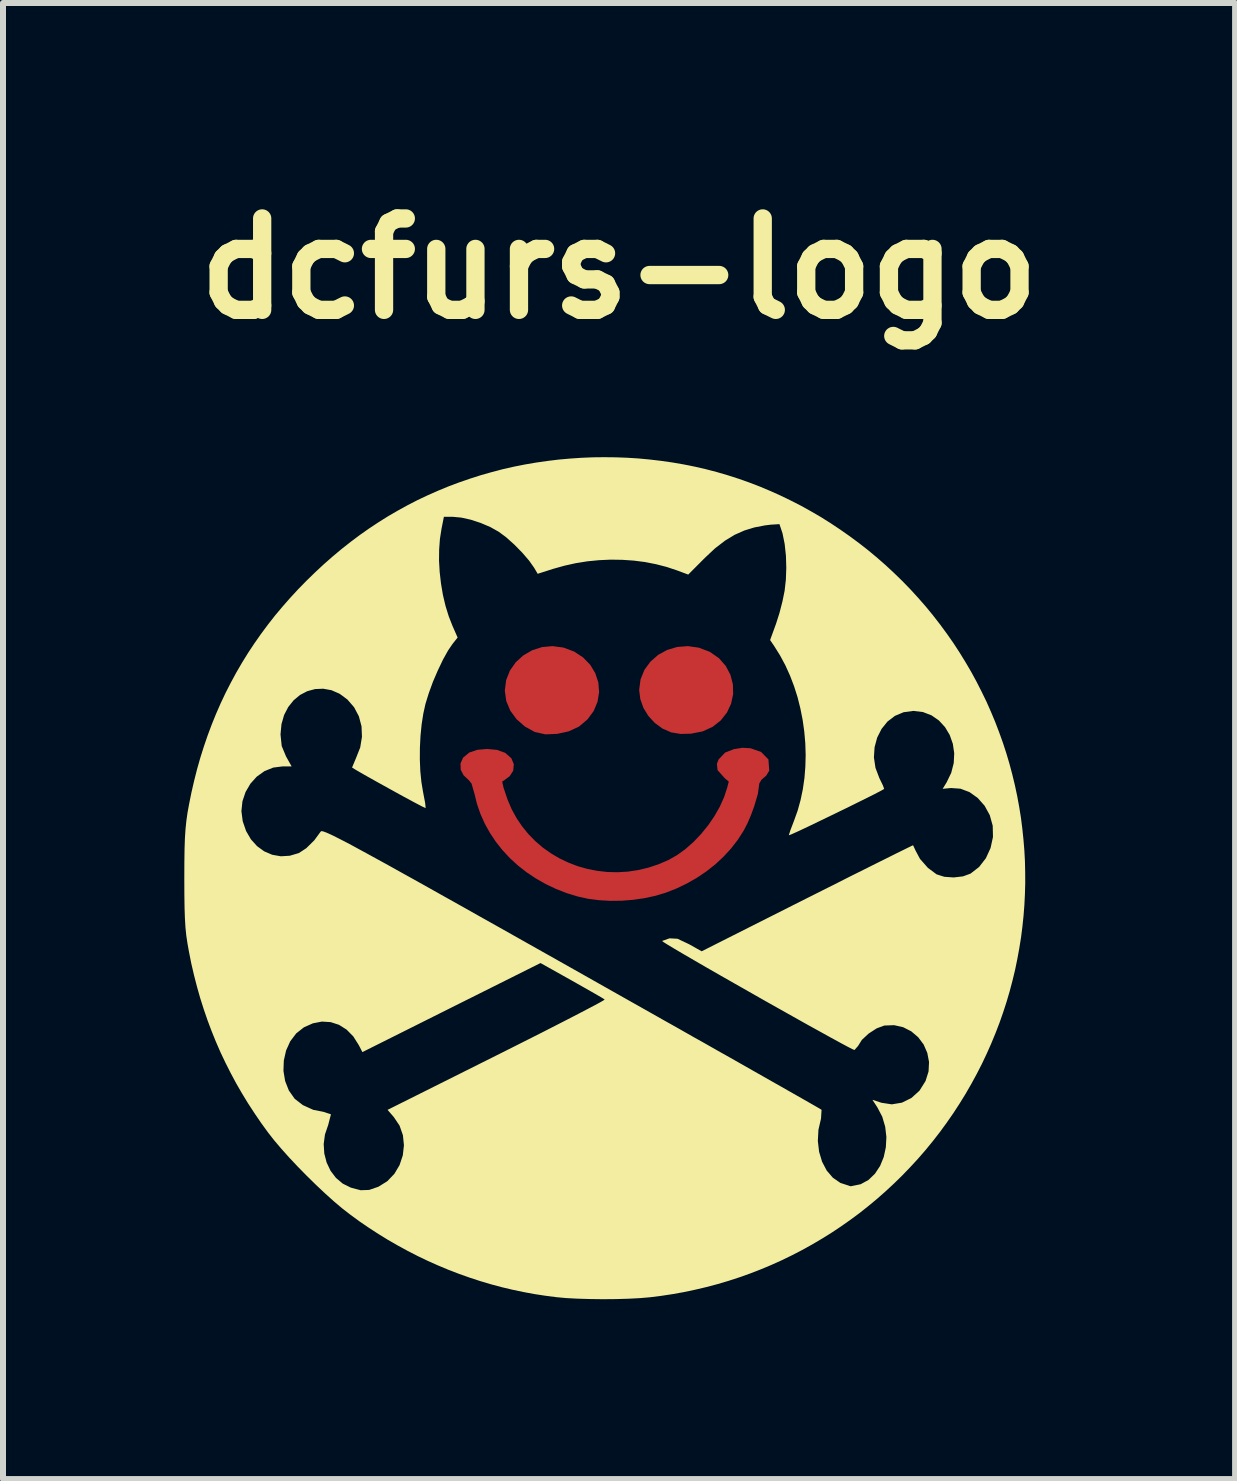
<source format=kicad_pcb>
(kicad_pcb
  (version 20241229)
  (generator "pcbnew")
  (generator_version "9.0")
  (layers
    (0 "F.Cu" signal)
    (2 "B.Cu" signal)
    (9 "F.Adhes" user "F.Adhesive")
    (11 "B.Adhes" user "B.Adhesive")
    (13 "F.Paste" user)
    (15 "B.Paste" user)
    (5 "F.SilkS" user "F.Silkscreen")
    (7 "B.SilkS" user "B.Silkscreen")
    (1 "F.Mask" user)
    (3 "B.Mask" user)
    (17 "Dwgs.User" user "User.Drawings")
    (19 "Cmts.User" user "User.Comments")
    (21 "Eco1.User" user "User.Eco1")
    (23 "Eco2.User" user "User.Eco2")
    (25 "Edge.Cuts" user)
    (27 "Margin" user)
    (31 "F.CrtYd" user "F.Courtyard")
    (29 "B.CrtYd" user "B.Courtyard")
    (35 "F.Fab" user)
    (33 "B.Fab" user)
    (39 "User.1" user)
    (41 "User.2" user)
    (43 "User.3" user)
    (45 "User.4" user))
  (footprint "dcfurs-logo"
    (layer "F.Cu")
    (at 7.272 11.549)
    (property "Reference" "dcfurs-logo" (at 0 -10.122 0) (layer "F.SilkS") (effects (font (size 1.524 1.524) (thickness 0.305))))
    (attr smd)
    (fp_poly (pts (xy 0.969 -3.812) (xy -0.482 -3.516) (xy -0.601 -3.638) (xy -0.75 -3.736) (xy -0.928 -3.802) (xy -1.109 -3.826) (xy -1.284 -3.81) (xy -1.284 -3.81) (xy -1.449 -3.757) (xy -1.597 -3.671) (xy -1.723 -3.557) (xy -1.82 -3.418) (xy -1.883 -3.259) (xy -1.905 -3.084) (xy -1.881 -2.911) (xy -1.814 -2.75) (xy -1.708 -2.606) (xy -1.57 -2.485) (xy -1.405 -2.394) (xy -1.227 -2.355) (xy -1.033 -2.363) (xy -0.84 -2.405) (xy -0.668 -2.485) (xy -0.526 -2.605) (xy -0.423 -2.745) (xy -0.359 -2.899) (xy -0.333 -3.06) (xy -0.346 -3.221) (xy -0.397 -3.375) (xy -0.482 -3.516) (xy 0.969 -3.812) (xy 0.801 -3.762) (xy 0.65 -3.679) (xy 0.522 -3.566) (xy -1.616 -0.82) (xy -1.71 -0.959) (xy -1.792 -1.109) (xy -1.86 -1.269) (xy -1.927 -1.468) (xy -1.948 -1.562) (xy -1.95 -1.566) (xy -1.916 -1.589) (xy -1.824 -1.657) (xy -1.765 -1.749) (xy -1.755 -1.858) (xy -1.796 -1.956) (xy -1.898 -2.046) (xy -2.035 -2.096) (xy -2.202 -2.111) (xy -2.364 -2.097) (xy -2.499 -2.051) (xy -2.601 -1.966) (xy -2.644 -1.87) (xy -2.64 -1.764) (xy -2.591 -1.671) (xy -2.51 -1.596) (xy -2.46 -1.535) (xy -2.412 -1.368) (xy -2.369 -1.195) (xy -2.311 -1.027) (xy -2.239 -0.866) (xy -2.153 -0.711) (xy -2.054 -0.563) (xy -1.943 -0.423) (xy -1.82 -0.291) (xy -1.686 -0.168) (xy -1.541 -0.055) (xy -1.387 0.048) (xy -1.223 0.141) (xy -1.051 0.223) (xy -0.871 0.293) (xy -0.684 0.35) (xy -0.515 0.387) (xy -0.336 0.41) (xy -0.149 0.421) (xy 0.042 0.419) (xy 0.232 0.404) (xy 0.42 0.377) (xy 0.602 0.338) (xy 0.773 0.287) (xy 0.955 0.216) (xy 1.13 0.132) (xy 1.298 0.036) (xy 1.457 -0.071) (xy 1.606 -0.189) (xy 1.743 -0.317) (xy 1.869 -0.454) (xy 1.981 -0.599) (xy 2.078 -0.751) (xy 2.142 -0.875) (xy 2.201 -1.013) (xy 2.254 -1.158) (xy 2.314 -1.362) (xy 2.338 -1.537) (xy 2.376 -1.6) (xy 2.454 -1.667) (xy 2.504 -1.751) (xy 2.49 -1.937) (xy 2.368 -2.061) (xy 2.193 -2.123) (xy 2.193 -2.123) (xy 2.058 -2.131) (xy 1.914 -2.108) (xy 1.768 -2.051) (xy 1.66 -1.937) (xy 1.631 -1.863) (xy 1.642 -1.758) (xy 1.765 -1.621) (xy 1.829 -1.568) (xy 1.803 -1.467) (xy 1.751 -1.308) (xy 1.679 -1.148) (xy 1.589 -0.99) (xy 1.485 -0.838) (xy 1.367 -0.693) (xy 1.24 -0.56) (xy 1.105 -0.441) (xy 0.965 -0.34) (xy 0.823 -0.26) (xy 0.656 -0.188) (xy 0.487 -0.132) (xy 0.317 -0.092) (xy 0.145 -0.066) (xy -0.025 -0.056) (xy -0.195 -0.06) (xy -0.362 -0.079) (xy -0.527 -0.111) (xy -0.687 -0.156) (xy -0.842 -0.215) (xy -0.992 -0.286) (xy -1.134 -0.37) (xy -1.269 -0.465) (xy -1.394 -0.572) (xy -1.511 -0.691) (xy -1.616 -0.82) (xy 0.522 -3.566) (xy 0.422 -3.429) (xy 0.358 -3.271) (xy 0.335 -3.096) (xy 0.354 -2.943) (xy 0.406 -2.796) (xy 0.488 -2.662) (xy 0.595 -2.546) (xy 0.723 -2.452) (xy 0.868 -2.388) (xy 1.025 -2.362) (xy 1.198 -2.366) (xy 1.393 -2.404) (xy 1.559 -2.48) (xy 1.695 -2.587) (xy 1.799 -2.719) (xy 1.868 -2.867) (xy 1.902 -3.026) (xy 1.898 -3.188) (xy 1.857 -3.347) (xy 1.78 -3.494) (xy 1.666 -3.624) (xy 1.516 -3.729) (xy 1.331 -3.8) (xy 1.147 -3.826) (xy 0.969 -3.812)) (stroke (width 0) (type solid)) (fill yes) (layer "F.Cu"))
    (fp_poly (pts (xy -0.655 0.241) (xy -0.835 0.186) (xy -1.007 0.12) (xy -1.172 0.042) (xy -1.328 -0.047) (xy -1.475 -0.145) (xy -1.613 -0.253) (xy -1.74 -0.37) (xy -1.857 -0.495) (xy -1.963 -0.628) (xy -2.057 -0.769) (xy -2.138 -0.916) (xy -2.207 -1.068) (xy -2.262 -1.227) (xy -2.302 -1.39) (xy -2.359 -1.584) (xy -2.444 -1.687) (xy -2.533 -1.796) (xy -2.512 -1.897) (xy -1.504 -2.577) (xy -1.624 -2.682) (xy -1.715 -2.805) (xy -1.772 -2.941) (xy -1.793 -3.084) (xy -1.768 -3.251) (xy -1.699 -3.402) (xy -1.594 -3.528) (xy -1.459 -3.626) (xy -1.303 -3.69) (xy -1.133 -3.714) (xy -0.956 -3.693) (xy -0.8 -3.636) (xy -0.672 -3.552) (xy -0.571 -3.448) (xy -0.499 -3.329) (xy -0.456 -3.199) (xy -0.445 -3.064) (xy -0.466 -2.93) (xy -0.519 -2.801) (xy -0.607 -2.682) (xy -0.73 -2.579) (xy -0.874 -2.513) (xy -1.048 -2.475) (xy -1.22 -2.468) (xy -1.361 -2.498) (xy -1.504 -2.577) (xy -2.512 -1.897) (xy -2.397 -1.971) (xy 0.902 -2.495) (xy 0.76 -2.564) (xy 0.635 -2.67) (xy 0.536 -2.8) (xy 0.471 -2.946) (xy 0.448 -3.096) (xy 0.473 -3.263) (xy 0.543 -3.411) (xy 0.65 -3.536) (xy 0.787 -3.631) (xy 0.947 -3.693) (xy 1.121 -3.714) (xy 1.303 -3.691) (xy 1.454 -3.635) (xy 1.576 -3.556) (xy 1.671 -3.458) (xy 1.738 -3.346) (xy 1.779 -3.225) (xy 1.793 -3.1) (xy 1.781 -2.974) (xy 1.744 -2.853) (xy 1.681 -2.741) (xy 1.594 -2.643) (xy 1.483 -2.563) (xy 1.348 -2.507) (xy 1.189 -2.478) (xy 1.026 -2.477) (xy 0.902 -2.495) (xy 0.902 -2.495) (xy -2.397 -1.971) (xy -2.202 -1.999) (xy -2.036 -1.979) (xy -1.922 -1.925) (xy -1.867 -1.851) (xy -1.88 -1.767) (xy -1.971 -1.686) (xy -2.051 -1.613) (xy -2.05 -1.484) (xy -1.965 -1.23) (xy -1.897 -1.068) (xy -1.816 -0.917) (xy -1.723 -0.775) (xy -1.618 -0.643) (xy -1.504 -0.521) (xy -1.38 -0.41) (xy -1.247 -0.31) (xy -1.106 -0.222) (xy -0.959 -0.145) (xy -0.806 -0.08) (xy -0.647 -0.027) (xy -0.484 0.013) (xy -0.318 0.04) (xy -0.149 0.054) (xy 0.022 0.054) (xy 0.193 0.041) (xy 0.365 0.013) (xy 0.536 -0.029) (xy 0.705 -0.086) (xy 0.872 -0.159) (xy 1.026 -0.245) (xy 1.176 -0.352) (xy 1.319 -0.477) (xy 1.454 -0.617) (xy 1.577 -0.769) (xy 1.687 -0.93) (xy 1.781 -1.097) (xy 1.857 -1.268) (xy 1.912 -1.439) (xy 1.956 -1.608) (xy 1.837 -1.708) (xy 1.745 -1.803) (xy 1.759 -1.884) (xy 1.829 -1.95) (xy 1.943 -2) (xy 2.102 -2.019) (xy 2.239 -1.995) (xy 2.343 -1.94) (xy 2.399 -1.863) (xy 2.394 -1.778) (xy 2.314 -1.694) (xy 2.226 -1.537) (xy 2.204 -1.389) (xy 2.147 -1.193) (xy 2.069 -0.986) (xy 1.981 -0.807) (xy 1.889 -0.664) (xy 1.783 -0.527) (xy 1.663 -0.397) (xy 1.532 -0.275) (xy 1.39 -0.162) (xy 1.238 -0.059) (xy 1.078 0.033) (xy 0.91 0.113) (xy 0.736 0.181) (xy 0.574 0.229) (xy 0.401 0.266) (xy 0.22 0.291) (xy 0.036 0.305) (xy -0.147 0.307) (xy -0.326 0.298) (xy -0.497 0.276) (xy -0.655 0.241)) (stroke (width 0) (type solid)) (fill yes) (layer "F.Mask"))
    (fp_poly (pts (xy -1.046 7.029) (xy -4.013 5.188) (xy -3.865 5.096) (xy -3.747 4.973) (xy -3.66 4.827) (xy -3.606 4.665) (xy -3.587 4.497) (xy -3.604 4.329) (xy -3.66 4.169) (xy -3.756 4.026) (xy -3.86 3.906) (xy -2.04 2.996) (xy -1.773 2.862) (xy -1.517 2.733) (xy -1.277 2.612) (xy -1.054 2.498) (xy -0.853 2.395) (xy -0.675 2.303) (xy -0.524 2.224) (xy -0.402 2.16) (xy -0.312 2.111) (xy -0.257 2.079) (xy -0.24 2.066) (xy -0.289 2.035) (xy -0.408 1.966) (xy -0.58 1.868) (xy -0.785 1.752) (xy -1.31 1.458) (xy -2.795 2.2) (xy -4.28 2.943) (xy -4.339 2.828) (xy -4.431 2.682) (xy -4.543 2.568) (xy -4.67 2.488) (xy -4.809 2.443) (xy -4.955 2.434) (xy -5.105 2.463) (xy -5.255 2.53) (xy -5.383 2.631) (xy -5.483 2.763) (xy -5.552 2.916) (xy -5.59 3.084) (xy -5.596 3.256) (xy -5.568 3.425) (xy -5.506 3.583) (xy -5.409 3.721) (xy -5.272 3.827) (xy -5.098 3.906) (xy -4.933 3.938) (xy -4.804 3.98) (xy -4.85 4.158) (xy -4.904 4.316) (xy -4.925 4.476) (xy -4.915 4.634) (xy -4.876 4.784) (xy -4.811 4.921) (xy -4.721 5.04) (xy -4.607 5.136) (xy -4.472 5.203) (xy -4.309 5.246) (xy -4.167 5.241) (xy -4.013 5.188) (xy -1.046 7.029) (xy -1.23 7.005) (xy 0.003 1.992) (xy 0.26 2.137) (xy 0.51 2.278) (xy 0.754 2.416) (xy 0.991 2.549) (xy 1.219 2.679) (xy 1.44 2.803) (xy 1.651 2.923) (xy 1.854 3.037) (xy 2.046 3.146) (xy 2.227 3.249) (xy 2.398 3.346) (xy 2.556 3.436) (xy 2.703 3.519) (xy 2.836 3.595) (xy 2.956 3.663) (xy 3.063 3.724) (xy 3.154 3.776) (xy 3.231 3.82) (xy 3.292 3.855) (xy 3.337 3.881) (xy 3.365 3.898) (xy 3.376 3.905) (xy 3.367 4.052) (xy 3.324 4.238) (xy 3.314 4.425) (xy 3.335 4.605) (xy 3.385 4.771) (xy 3.462 4.918) (xy 3.565 5.038) (xy 3.69 5.124) (xy 3.861 5.18) (xy 4.028 5.146) (xy 4.028 5.146) (xy 4.158 5.075) (xy 4.266 4.971) (xy 4.352 4.841) (xy 4.413 4.692) (xy 4.448 4.529) (xy 4.457 4.358) (xy 4.437 4.187) (xy 4.388 4.02) (xy 4.307 3.865) (xy 4.224 3.738) (xy 4.376 3.788) (xy 4.547 3.814) (xy 4.716 3.786) (xy 4.874 3.708) (xy 5.009 3.586) (xy 5.11 3.425) (xy 5.16 3.266) (xy 5.168 3.108) (xy 5.139 2.956) (xy 5.078 2.816) (xy 4.987 2.695) (xy 4.872 2.597) (xy 4.737 2.528) (xy 4.586 2.494) (xy 4.422 2.5) (xy 4.295 2.547) (xy 4.161 2.634) (xy 4.048 2.739) (xy 3.985 2.84) (xy 3.925 2.908) (xy 3.891 2.894) (xy 3.811 2.853) (xy 3.69 2.788) (xy 3.534 2.703) (xy 3.348 2.6) (xy 3.138 2.484) (xy 2.91 2.356) (xy 2.668 2.22) (xy 2.419 2.08) (xy 2.168 1.937) (xy 1.92 1.796) (xy 1.681 1.66) (xy 1.456 1.531) (xy 1.251 1.412) (xy 1.072 1.308) (xy 0.923 1.22) (xy 0.811 1.153) (xy 0.74 1.108) (xy 0.717 1.09) (xy 0.842 1.046) (xy 0.974 1.053) (xy 1.165 1.143) (xy 1.377 1.262) (xy 3.13 0.378) (xy 3.389 0.248) (xy 3.636 0.124) (xy 3.869 0.006) (xy 4.086 -0.102) (xy 4.284 -0.201) (xy 4.459 -0.288) (xy 4.609 -0.363) (xy 4.731 -0.423) (xy 4.822 -0.468) (xy 4.88 -0.496) (xy 4.902 -0.506) (xy 4.943 -0.418) (xy 5.017 -0.279) (xy 5.149 -0.129) (xy 5.294 -0.021) (xy 5.423 0.02) (xy 5.579 0.031) (xy 5.734 0.013) (xy 5.86 -0.033) (xy 6.003 -0.144) (xy 6.116 -0.29) (xy 6.194 -0.46) (xy 6.234 -0.644) (xy 6.23 -0.831) (xy 6.181 -1.007) (xy 6.095 -1.164) (xy 5.98 -1.294) (xy 5.843 -1.392) (xy 5.692 -1.449) (xy 5.534 -1.46) (xy 5.395 -1.447) (xy 5.461 -1.554) (xy 5.538 -1.713) (xy 5.58 -1.877) (xy 5.588 -2.04) (xy 5.565 -2.197) (xy 5.513 -2.344) (xy 5.435 -2.475) (xy 5.333 -2.586) (xy 5.209 -2.672) (xy 5.066 -2.727) (xy 4.906 -2.746) (xy 4.744 -2.724) (xy 4.599 -2.663) (xy 4.475 -2.568) (xy 4.376 -2.445) (xy 4.303 -2.3) (xy 4.26 -2.14) (xy 4.249 -1.97) (xy 4.275 -1.796) (xy 4.34 -1.625) (xy 4.4 -1.501) (xy 4.42 -1.445) (xy 4.364 -1.413) (xy 4.237 -1.347) (xy 4.056 -1.257) (xy 3.84 -1.15) (xy 3.608 -1.037) (xy 3.376 -0.925) (xy 3.165 -0.823) (xy 2.991 -0.741) (xy 2.873 -0.688) (xy 2.83 -0.672) (xy 2.855 -0.752) (xy 2.916 -0.912) (xy 2.977 -1.082) (xy 3.026 -1.259) (xy 3.064 -1.441) (xy 3.091 -1.628) (xy 3.106 -1.819) (xy 3.111 -2.012) (xy 3.105 -2.206) (xy 3.088 -2.401) (xy 3.061 -2.594) (xy 3.023 -2.786) (xy 2.976 -2.974) (xy 2.918 -3.157) (xy 2.85 -3.335) (xy 2.772 -3.507) (xy 2.684 -3.671) (xy 2.587 -3.826) (xy 2.518 -3.927) (xy 2.617 -4.199) (xy 2.673 -4.374) (xy 2.724 -4.571) (xy 2.76 -4.748) (xy 2.781 -4.933) (xy 2.788 -5.131) (xy 2.782 -5.333) (xy 2.761 -5.529) (xy 2.725 -5.707) (xy 2.674 -5.86) (xy 2.529 -5.851) (xy 2.432 -5.839) (xy 2.256 -5.805) (xy 2.089 -5.754) (xy 1.927 -5.682) (xy 1.766 -5.584) (xy 1.602 -5.458) (xy 1.432 -5.299) (xy 1.153 -5.019) (xy 0.965 -5.089) (xy 0.794 -5.146) (xy 0.616 -5.192) (xy 0.433 -5.228) (xy 0.244 -5.252) (xy 0.053 -5.265) (xy -0.141 -5.268) (xy -0.335 -5.259) (xy -0.529 -5.24) (xy -0.722 -5.209) (xy -0.911 -5.167) (xy -1.097 -5.115) (xy -1.357 -5.032) (xy -1.416 -5.132) (xy -1.499 -5.25) (xy -1.615 -5.385) (xy -1.749 -5.521) (xy -1.884 -5.642) (xy -2.007 -5.733) (xy -2.148 -5.812) (xy -2.308 -5.88) (xy -2.473 -5.934) (xy -2.631 -5.969) (xy -2.769 -5.982) (xy -2.921 -5.982) (xy -2.961 -5.78) (xy -2.987 -5.614) (xy -3 -5.436) (xy -3.002 -5.25) (xy -2.991 -5.06) (xy -2.969 -4.868) (xy -2.937 -4.679) (xy -2.894 -4.497) (xy -2.84 -4.323) (xy -2.777 -4.162) (xy -2.692 -3.969) (xy -2.776 -3.864) (xy -2.852 -3.752) (xy -2.936 -3.601) (xy -3.021 -3.423) (xy -3.103 -3.233) (xy -3.173 -3.041) (xy -3.228 -2.863) (xy -3.264 -2.701) (xy -3.292 -2.521) (xy -3.311 -2.329) (xy -3.321 -2.131) (xy -3.322 -1.933) (xy -3.314 -1.74) (xy -3.296 -1.56) (xy -3.269 -1.398) (xy -3.233 -1.209) (xy -3.225 -1.125) (xy -3.279 -1.15) (xy -3.416 -1.222) (xy -3.609 -1.326) (xy -3.83 -1.448) (xy -4.052 -1.571) (xy -4.248 -1.681) (xy -4.39 -1.763) (xy -4.452 -1.802) (xy -4.384 -1.965) (xy -4.316 -2.137) (xy -4.287 -2.313) (xy -4.294 -2.488) (xy -4.338 -2.655) (xy -4.418 -2.807) (xy -4.531 -2.937) (xy -4.66 -3.032) (xy -4.795 -3.091) (xy -4.933 -3.116) (xy -5.068 -3.11) (xy -5.198 -3.075) (xy -5.319 -3.012) (xy -5.426 -2.923) (xy -5.516 -2.811) (xy -5.585 -2.678) (xy -5.629 -2.525) (xy -5.645 -2.354) (xy -5.625 -2.16) (xy -5.553 -1.987) (xy -5.46 -1.821) (xy -5.607 -1.821) (xy -5.766 -1.801) (xy -5.912 -1.742) (xy -6.041 -1.65) (xy -6.147 -1.532) (xy -6.228 -1.393) (xy -6.28 -1.238) (xy -6.297 -1.074) (xy -6.275 -0.906) (xy -6.219 -0.743) (xy -6.138 -0.604) (xy -6.035 -0.49) (xy -5.916 -0.404) (xy -5.783 -0.347) (xy -5.639 -0.322) (xy -5.49 -0.331) (xy -5.338 -0.376) (xy -5.215 -0.457) (xy -5.082 -0.588) (xy -4.975 -0.734) (xy -4.969 -0.739) (xy -4.957 -0.741) (xy -4.939 -0.738) (xy -4.914 -0.73) (xy -4.88 -0.717) (xy -4.836 -0.698) (xy -4.782 -0.673) (xy -4.716 -0.64) (xy -4.637 -0.6) (xy -4.544 -0.552) (xy -4.437 -0.495) (xy -4.314 -0.428) (xy -4.174 -0.352) (xy -4.016 -0.265) (xy -3.839 -0.168) (xy -3.642 -0.058) (xy -3.424 0.063) (xy -3.184 0.197) (xy -2.921 0.345) (xy -2.633 0.506) (xy -2.321 0.682) (xy -1.982 0.872) (xy -1.615 1.079) (xy -1.221 1.301) (xy -0.797 1.54) (xy -0.526 1.693) (xy -0.259 1.844) (xy 0.003 1.992) (xy -1.23 7.005) (xy -1.413 6.977) (xy -1.596 6.943) (xy -1.777 6.905) (xy -1.958 6.862) (xy -2.137 6.814) (xy -2.315 6.761) (xy -2.492 6.703) (xy -2.667 6.641) (xy -2.842 6.574) (xy -3.014 6.502) (xy -3.185 6.426) (xy -3.354 6.345) (xy -3.522 6.259) (xy -3.687 6.169) (xy -3.851 6.075) (xy -4.012 5.976) (xy -4.172 5.872) (xy -4.329 5.765) (xy -4.483 5.652) (xy -4.612 5.552) (xy -4.752 5.434) (xy -4.9 5.301) (xy -5.053 5.157) (xy -5.207 5.006) (xy -5.357 4.853) (xy -5.501 4.7) (xy -5.634 4.551) (xy -5.753 4.411) (xy -5.853 4.283) (xy -5.969 4.123) (xy -6.08 3.96) (xy -6.187 3.796) (xy -6.288 3.63) (xy -6.385 3.462) (xy -6.476 3.292) (xy -6.563 3.12) (xy -6.646 2.945) (xy -6.723 2.768) (xy -6.795 2.59) (xy -6.863 2.409) (xy -6.926 2.225) (xy -6.985 2.039) (xy -7.038 1.851) (xy -7.087 1.661) (xy -7.132 1.468) (xy -7.171 1.272) (xy -7.196 1.132) (xy -7.216 0.999) (xy -7.23 0.862) (xy -7.239 0.71) (xy -7.245 0.531) (xy -7.248 0.313) (xy -7.249 0.045) (xy -7.248 -0.223) (xy -7.245 -0.441) (xy -7.239 -0.621) (xy -7.229 -0.773) (xy -7.215 -0.91) (xy -7.196 -1.045) (xy -7.17 -1.188) (xy -7.13 -1.386) (xy -7.085 -1.582) (xy -7.036 -1.775) (xy -6.982 -1.965) (xy -6.923 -2.152) (xy -6.86 -2.336) (xy -6.792 -2.518) (xy -6.72 -2.696) (xy -6.643 -2.872) (xy -6.561 -3.046) (xy -6.474 -3.216) (xy -6.383 -3.384) (xy -6.287 -3.549) (xy -6.187 -3.711) (xy -6.081 -3.871) (xy -5.971 -4.028) (xy -5.856 -4.183) (xy -5.737 -4.335) (xy -5.612 -4.484) (xy -5.483 -4.631) (xy -5.349 -4.776) (xy -5.21 -4.918) (xy -5.067 -5.057) (xy -4.923 -5.191) (xy -4.776 -5.32) (xy -4.628 -5.444) (xy -4.477 -5.563) (xy -4.325 -5.677) (xy -4.17 -5.786) (xy -4.013 -5.89) (xy -3.854 -5.99) (xy -3.692 -6.084) (xy -3.529 -6.174) (xy -3.362 -6.26) (xy -3.193 -6.34) (xy -3.021 -6.416) (xy -2.847 -6.488) (xy -2.669 -6.555) (xy -2.489 -6.617) (xy -2.305 -6.676) (xy -2.125 -6.727) (xy -1.943 -6.775) (xy -1.759 -6.817) (xy -1.573 -6.854) (xy -1.386 -6.886) (xy -1.198 -6.913) (xy -1.009 -6.936) (xy -0.819 -6.953) (xy -0.629 -6.966) (xy -0.438 -6.974) (xy -0.248 -6.976) (xy -0.057 -6.974) (xy 0.133 -6.967) (xy 0.324 -6.955) (xy 0.513 -6.937) (xy 0.701 -6.915) (xy 0.889 -6.888) (xy 1.075 -6.856) (xy 1.26 -6.819) (xy 1.443 -6.777) (xy 1.627 -6.729) (xy 1.809 -6.676) (xy 1.989 -6.618) (xy 2.168 -6.555) (xy 2.345 -6.487) (xy 2.521 -6.413) (xy 2.695 -6.335) (xy 2.866 -6.252) (xy 3.036 -6.165) (xy 3.203 -6.072) (xy 3.368 -5.976) (xy 3.53 -5.874) (xy 3.689 -5.768) (xy 3.846 -5.658) (xy 4 -5.544) (xy 4.151 -5.426) (xy 4.299 -5.303) (xy 4.443 -5.177) (xy 4.584 -5.046) (xy 4.722 -4.912) (xy 4.856 -4.774) (xy 4.986 -4.632) (xy 5.113 -4.487) (xy 5.235 -4.338) (xy 5.353 -4.186) (xy 5.466 -4.032) (xy 5.575 -3.876) (xy 5.678 -3.718) (xy 5.777 -3.557) (xy 5.872 -3.395) (xy 5.961 -3.231) (xy 6.046 -3.064) (xy 6.127 -2.897) (xy 6.202 -2.727) (xy 6.273 -2.557) (xy 6.339 -2.384) (xy 6.401 -2.211) (xy 6.458 -2.036) (xy 6.51 -1.86) (xy 6.557 -1.683) (xy 6.6 -1.505) (xy 6.638 -1.326) (xy 6.671 -1.147) (xy 6.7 -0.967) (xy 6.723 -0.786) (xy 6.742 -0.605) (xy 6.757 -0.424) (xy 6.767 -0.242) (xy 6.771 -0.06) (xy 6.772 0.122) (xy 6.767 0.304) (xy 6.758 0.486) (xy 6.744 0.668) (xy 6.725 0.85) (xy 6.702 1.031) (xy 6.673 1.211) (xy 6.64 1.391) (xy 6.603 1.571) (xy 6.56 1.749) (xy 6.513 1.927) (xy 6.461 2.104) (xy 6.404 2.28) (xy 6.343 2.454) (xy 6.276 2.628) (xy 6.205 2.8) (xy 6.129 2.971) (xy 6.049 3.14) (xy 5.963 3.308) (xy 5.873 3.473) (xy 5.778 3.638) (xy 5.678 3.8) (xy 5.574 3.96) (xy 5.463 4.12) (xy 5.349 4.276) (xy 5.231 4.428) (xy 5.109 4.577) (xy 4.983 4.722) (xy 4.853 4.863) (xy 4.72 5.001) (xy 4.584 5.134) (xy 4.444 5.264) (xy 4.301 5.39) (xy 4.155 5.511) (xy 4.006 5.629) (xy 3.853 5.742) (xy 3.698 5.851) (xy 3.54 5.956) (xy 3.379 6.056) (xy 3.216 6.152) (xy 3.05 6.244) (xy 2.882 6.331) (xy 2.711 6.414) (xy 2.538 6.492) (xy 2.363 6.565) (xy 2.186 6.634) (xy 2.006 6.698) (xy 1.825 6.757) (xy 1.642 6.811) (xy 1.458 6.86) (xy 1.271 6.904) (xy 1.083 6.944) (xy 0.894 6.978) (xy 0.703 7.007) (xy 0.511 7.031) (xy 0.346 7.045) (xy 0.155 7.055) (xy -0.053 7.061) (xy -0.27 7.063) (xy -0.487 7.06) (xy -0.694 7.054) (xy -0.883 7.044) (xy -1.046 7.029) (xy -1.046 7.029)) (stroke (width 0) (type solid)) (fill yes) (layer "F.SilkS")))
  (gr_rect
    (start -3 -3)
    (end 17.543 21.611)
    (stroke (width 0.1) (type default))
    (fill no)
    (layer "Edge.Cuts")))
</source>
